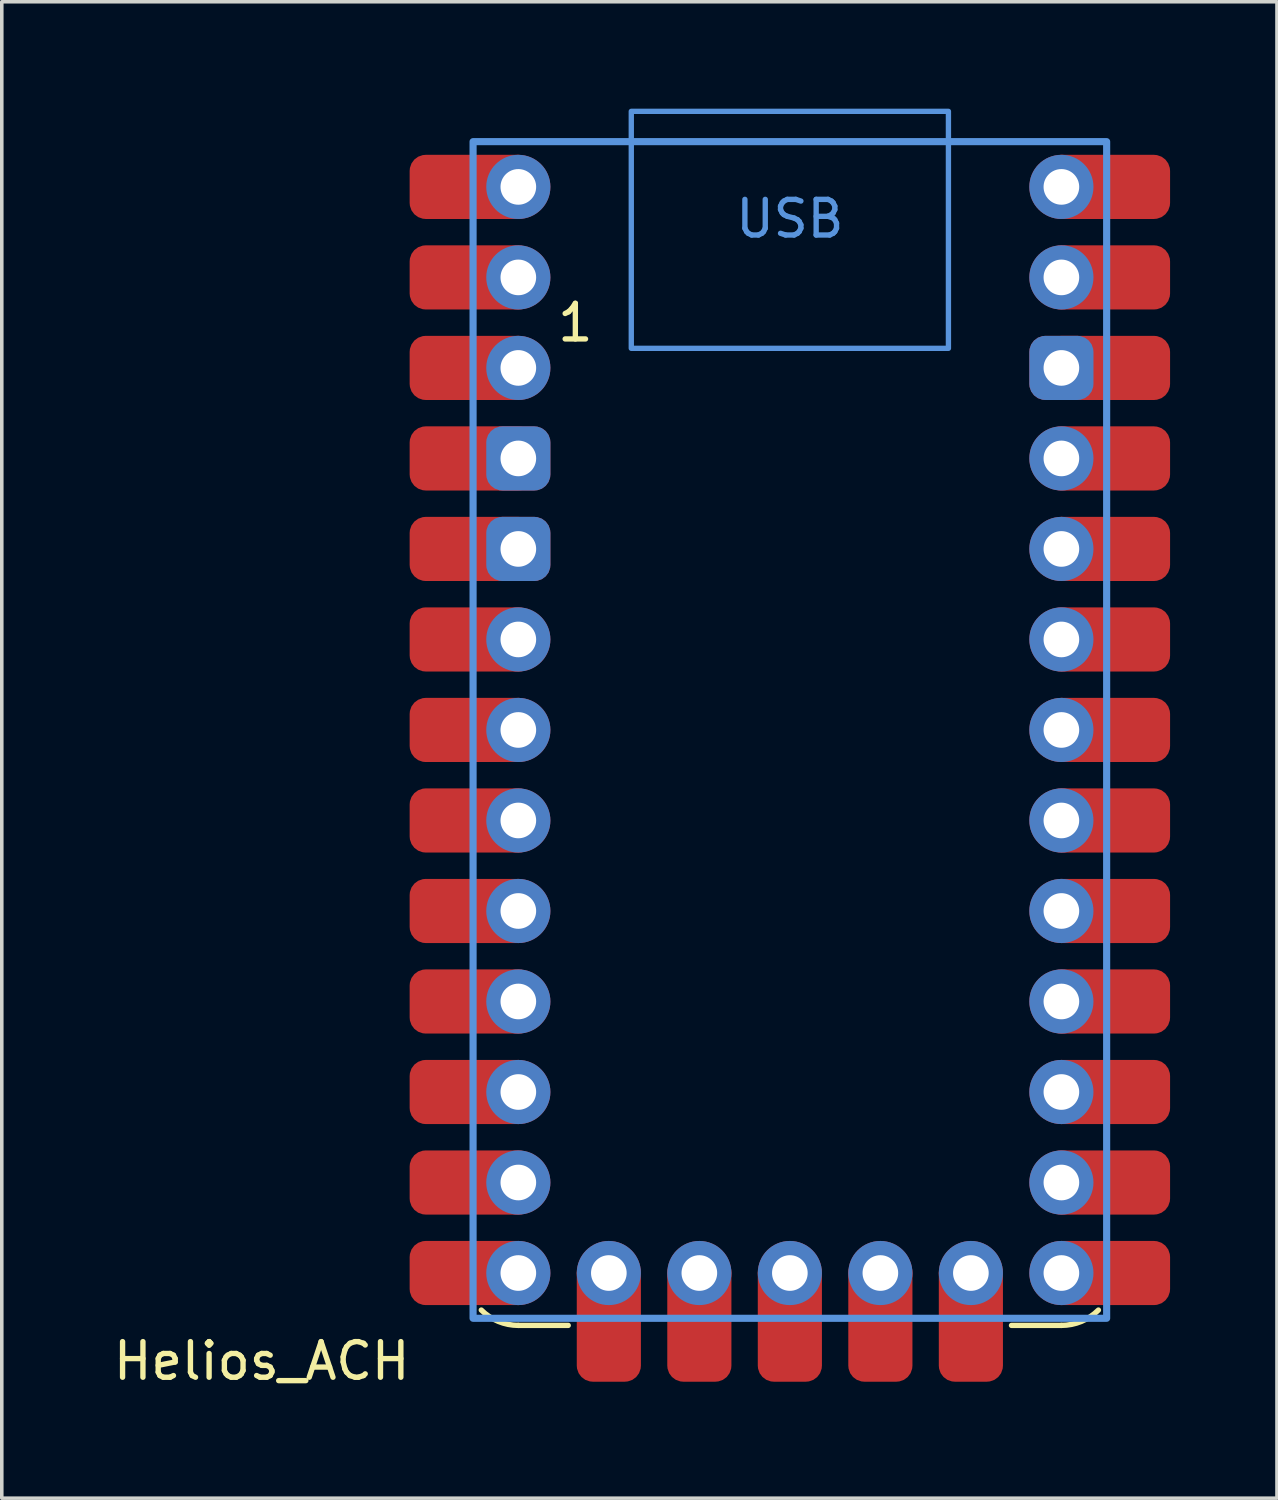
<source format=kicad_pcb>
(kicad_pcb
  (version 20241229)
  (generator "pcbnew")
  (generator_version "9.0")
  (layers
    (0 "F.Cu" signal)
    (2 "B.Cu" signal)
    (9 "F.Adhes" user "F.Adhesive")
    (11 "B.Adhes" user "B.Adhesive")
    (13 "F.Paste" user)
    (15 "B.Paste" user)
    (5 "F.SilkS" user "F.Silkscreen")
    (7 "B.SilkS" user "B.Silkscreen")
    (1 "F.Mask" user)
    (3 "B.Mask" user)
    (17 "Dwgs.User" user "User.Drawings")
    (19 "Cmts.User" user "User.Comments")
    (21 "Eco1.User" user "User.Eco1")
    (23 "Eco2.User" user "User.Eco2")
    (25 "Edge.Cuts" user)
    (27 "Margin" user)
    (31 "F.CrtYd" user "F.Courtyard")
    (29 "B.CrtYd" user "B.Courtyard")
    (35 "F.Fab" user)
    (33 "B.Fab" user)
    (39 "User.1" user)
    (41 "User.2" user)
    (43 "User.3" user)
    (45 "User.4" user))
  (footprint "Helios_ACH"
    (layer "F.Cu")
    (at 19.116 18.705)
    (property "Reference" "Helios_ACH" (at -10.58 16.44 180) (layer "F.SilkS") (effects (font (size 1 1) (thickness 0.15)) (justify right)))
    (attr through_hole exclude_from_pos_files exclude_from_bom)
    (fp_line (start -6.22 15.44) (end -7.62 15.44) (stroke (width 0.15) (type default)) (layer "F.SilkS"))
    (fp_line (start 7.62 15.44) (end 6.22 15.44) (stroke (width 0.15) (type default)) (layer "F.SilkS"))
    (fp_arc (start -7.62 15.44) (mid -8.182545 15.328105) (end -8.659447 15.009447) (stroke (width 0.15) (type default)) (layer "F.SilkS"))
    (fp_arc (start 8.659447 15.009447) (mid 8.182544 15.328102) (end 7.62 15.44) (stroke (width 0.15) (type default)) (layer "F.SilkS"))
    (fp_poly (pts (xy -4.45 -18.63) (xy 4.45 -18.63) (xy 4.45 -11.98) (xy -4.45 -11.98)) (stroke (width 0.15) (type default)) (fill no) (layer "Cmts.User"))
    (fp_poly (pts (xy 8.89 -17.78) (xy -8.89 -17.78) (xy -8.89 15.24) (xy 8.89 15.24)) (stroke (width 0.2) (type solid)) (fill no) (layer "Cmts.User"))
    (fp_text user "1" (at -6.02 -13.283 180) (layer "F.SilkS") (effects (font (size 1 1) (thickness 0.15)) (justify top)))
    (fp_text user "USB" (at 0 -16.2 180) (layer "Cmts.User") (effects (font (size 1 1) (thickness 0.15)) (justify top)))
    (pad "1" smd roundrect (at -8.92 -13.97) (size 3.5 1.8) (layers "F.Cu" "F.Mask") (roundrect_rratio 0.25))
    (pad "1" thru_hole circle (at -7.62 -13.97) (size 1.8 1.8) (drill 1) (layers "*.Cu" "*.Mask"))
    (pad "2" smd roundrect (at -8.92 -11.43) (size 3.5 1.8) (layers "F.Cu" "F.Mask") (roundrect_rratio 0.25))
    (pad "2" thru_hole circle (at -7.62 -11.43) (size 1.8 1.8) (drill 1) (layers "*.Cu" "*.Mask"))
    (pad "3" smd roundrect (at -8.92 -8.89) (size 3.5 1.8) (layers "F.Cu" "F.Mask") (roundrect_rratio 0.25))
    (pad "3" thru_hole roundrect (at -7.62 -8.89) (size 1.8 1.8) (drill 1) (layers "*.Cu" "*.Mask") (roundrect_rratio 0.25))
    (pad "4" smd roundrect (at -8.92 -6.35) (size 3.5 1.8) (layers "F.Cu" "F.Mask") (roundrect_rratio 0.25))
    (pad "4" thru_hole roundrect (at -7.62 -6.35) (size 1.8 1.8) (drill 1) (layers "*.Cu" "*.Mask") (roundrect_rratio 0.25))
    (pad "5" smd roundrect (at -8.92 -3.81) (size 3.5 1.8) (layers "F.Cu" "F.Mask") (roundrect_rratio 0.25))
    (pad "5" thru_hole circle (at -7.62 -3.81) (size 1.8 1.8) (drill 1) (layers "*.Cu" "*.Mask"))
    (pad "6" smd roundrect (at -8.92 -1.27) (size 3.5 1.8) (layers "F.Cu" "F.Mask") (roundrect_rratio 0.25))
    (pad "6" thru_hole circle (at -7.62 -1.27) (size 1.8 1.8) (drill 1) (layers "*.Cu" "*.Mask"))
    (pad "7" smd roundrect (at -8.92 1.27) (size 3.5 1.8) (layers "F.Cu" "F.Mask") (roundrect_rratio 0.25))
    (pad "7" thru_hole circle (at -7.62 1.27) (size 1.8 1.8) (drill 1) (layers "*.Cu" "*.Mask"))
    (pad "8" smd roundrect (at -8.92 3.81) (size 3.5 1.8) (layers "F.Cu" "F.Mask") (roundrect_rratio 0.25))
    (pad "8" thru_hole circle (at -7.62 3.81) (size 1.8 1.8) (drill 1) (layers "*.Cu" "*.Mask"))
    (pad "9" smd roundrect (at -8.92 6.35) (size 3.5 1.8) (layers "F.Cu" "F.Mask") (roundrect_rratio 0.25))
    (pad "9" thru_hole circle (at -7.62 6.35) (size 1.8 1.8) (drill 1) (layers "*.Cu" "*.Mask"))
    (pad "10" smd roundrect (at -8.92 8.89) (size 3.5 1.8) (layers "F.Cu" "F.Mask") (roundrect_rratio 0.25))
    (pad "10" thru_hole circle (at -7.62 8.89) (size 1.8 1.8) (drill 1) (layers "*.Cu" "*.Mask"))
    (pad "11" smd roundrect (at -8.92 11.43) (size 3.5 1.8) (layers "F.Cu" "F.Mask") (roundrect_rratio 0.25))
    (pad "11" thru_hole circle (at -7.62 11.43) (size 1.8 1.8) (drill 1) (layers "*.Cu" "*.Mask"))
    (pad "12" smd roundrect (at -8.92 13.97) (size 3.5 1.8) (layers "F.Cu" "F.Mask") (roundrect_rratio 0.25))
    (pad "12" thru_hole circle (at -7.62 13.97) (size 1.8 1.8) (drill 1) (layers "*.Cu" "*.Mask"))
    (pad "13" thru_hole circle (at 7.62 -13.97) (size 1.8 1.8) (drill 1) (layers "*.Cu" "*.Mask"))
    (pad "13" smd roundrect (at 8.92 -13.97) (size 3.5 1.8) (layers "F.Cu" "F.Mask") (roundrect_rratio 0.25))
    (pad "14" thru_hole roundrect (at 7.62 -11.43) (size 1.8 1.8) (drill 1) (layers "*.Cu" "*.Mask") (roundrect_rratio 0.25))
    (pad "14" smd roundrect (at 8.92 -11.43) (size 3.5 1.8) (layers "F.Cu" "F.Mask") (roundrect_rratio 0.25))
    (pad "15" thru_hole circle (at 7.62 -8.89) (size 1.8 1.8) (drill 1) (layers "*.Cu" "*.Mask"))
    (pad "15" smd roundrect (at 8.92 -8.89) (size 3.5 1.8) (layers "F.Cu" "F.Mask") (roundrect_rratio 0.25))
    (pad "16" thru_hole circle (at 7.62 -6.35) (size 1.8 1.8) (drill 1) (layers "*.Cu" "*.Mask"))
    (pad "16" smd roundrect (at 8.92 -6.35) (size 3.5 1.8) (layers "F.Cu" "F.Mask") (roundrect_rratio 0.25))
    (pad "17" thru_hole circle (at 7.62 -3.81) (size 1.8 1.8) (drill 1) (layers "*.Cu" "*.Mask"))
    (pad "17" smd roundrect (at 8.92 -3.81) (size 3.5 1.8) (layers "F.Cu" "F.Mask") (roundrect_rratio 0.25))
    (pad "18" thru_hole circle (at 7.62 -1.27) (size 1.8 1.8) (drill 1) (layers "*.Cu" "*.Mask"))
    (pad "18" smd roundrect (at 8.92 -1.27) (size 3.5 1.8) (layers "F.Cu" "F.Mask") (roundrect_rratio 0.25))
    (pad "19" thru_hole circle (at 7.62 1.27) (size 1.8 1.8) (drill 1) (layers "*.Cu" "*.Mask"))
    (pad "19" smd roundrect (at 8.92 1.27) (size 3.5 1.8) (layers "F.Cu" "F.Mask") (roundrect_rratio 0.25))
    (pad "20" thru_hole circle (at 7.62 3.81) (size 1.8 1.8) (drill 1) (layers "*.Cu" "*.Mask"))
    (pad "20" smd roundrect (at 8.92 3.81) (size 3.5 1.8) (layers "F.Cu" "F.Mask") (roundrect_rratio 0.25))
    (pad "21" thru_hole circle (at 7.62 6.35) (size 1.8 1.8) (drill 1) (layers "*.Cu" "*.Mask"))
    (pad "21" smd roundrect (at 8.92 6.35) (size 3.5 1.8) (layers "F.Cu" "F.Mask") (roundrect_rratio 0.25))
    (pad "22" thru_hole circle (at 7.62 8.89) (size 1.8 1.8) (drill 1) (layers "*.Cu" "*.Mask"))
    (pad "22" smd roundrect (at 8.92 8.89) (size 3.5 1.8) (layers "F.Cu" "F.Mask") (roundrect_rratio 0.25))
    (pad "23" thru_hole circle (at 7.62 11.43) (size 1.8 1.8) (drill 1) (layers "*.Cu" "*.Mask"))
    (pad "23" smd roundrect (at 8.92 11.43) (size 3.5 1.8) (layers "F.Cu" "F.Mask") (roundrect_rratio 0.25))
    (pad "24" thru_hole circle (at 7.62 13.97) (size 1.8 1.8) (drill 1) (layers "*.Cu" "*.Mask"))
    (pad "24" smd roundrect (at 8.92 13.97) (size 3.5 1.8) (layers "F.Cu" "F.Mask") (roundrect_rratio 0.25))
    (pad "25" thru_hole circle (at -5.08 13.97) (size 1.8 1.8) (drill 1) (layers "*.Cu" "*.Mask"))
    (pad "25" smd roundrect (at -5.08 15.27 90) (size 3.5 1.8) (layers "F.Cu" "F.Mask") (roundrect_rratio 0.25))
    (pad "26" thru_hole circle (at -2.54 13.97) (size 1.8 1.8) (drill 1) (layers "*.Cu" "*.Mask"))
    (pad "26" smd roundrect (at -2.54 15.27 90) (size 3.5 1.8) (layers "F.Cu" "F.Mask") (roundrect_rratio 0.25))
    (pad "27" thru_hole circle (at 0 13.97) (size 1.8 1.8) (drill 1) (layers "*.Cu" "*.Mask"))
    (pad "27" smd roundrect (at 0 15.27 90) (size 3.5 1.8) (layers "F.Cu" "F.Mask") (roundrect_rratio 0.25))
    (pad "28" thru_hole circle (at 2.54 13.97) (size 1.8 1.8) (drill 1) (layers "*.Cu" "*.Mask"))
    (pad "28" smd roundrect (at 2.54 15.27 90) (size 3.5 1.8) (layers "F.Cu" "F.Mask") (roundrect_rratio 0.25))
    (pad "29" thru_hole circle (at 5.08 13.97) (size 1.8 1.8) (drill 1) (layers "*.Cu" "*.Mask"))
    (pad "29" smd roundrect (at 5.08 15.27 90) (size 3.5 1.8) (layers "F.Cu" "F.Mask") (roundrect_rratio 0.25))
    (pad "30" thru_hole circle (at 7.62 -16.51) (size 1.8 1.8) (drill 1) (layers "*.Cu" "*.Mask"))
    (pad "30" smd roundrect (at 8.92 -16.51 180) (size 3.5 1.8) (layers "F.Cu" "F.Mask") (roundrect_rratio 0.25))
    (pad "31" smd roundrect (at -8.92 -16.51) (size 3.5 1.8) (layers "F.Cu" "F.Mask") (roundrect_rratio 0.25))
    (pad "31" thru_hole circle (at -7.62 -16.51) (size 1.8 1.8) (drill 1) (layers "*.Cu" "*.Mask")))
  (gr_rect
    (start -3 -3)
    (end 32.786 38.993)
    (stroke (width 0.1) (type default))
    (fill no)
    (layer "Edge.Cuts")))
</source>
